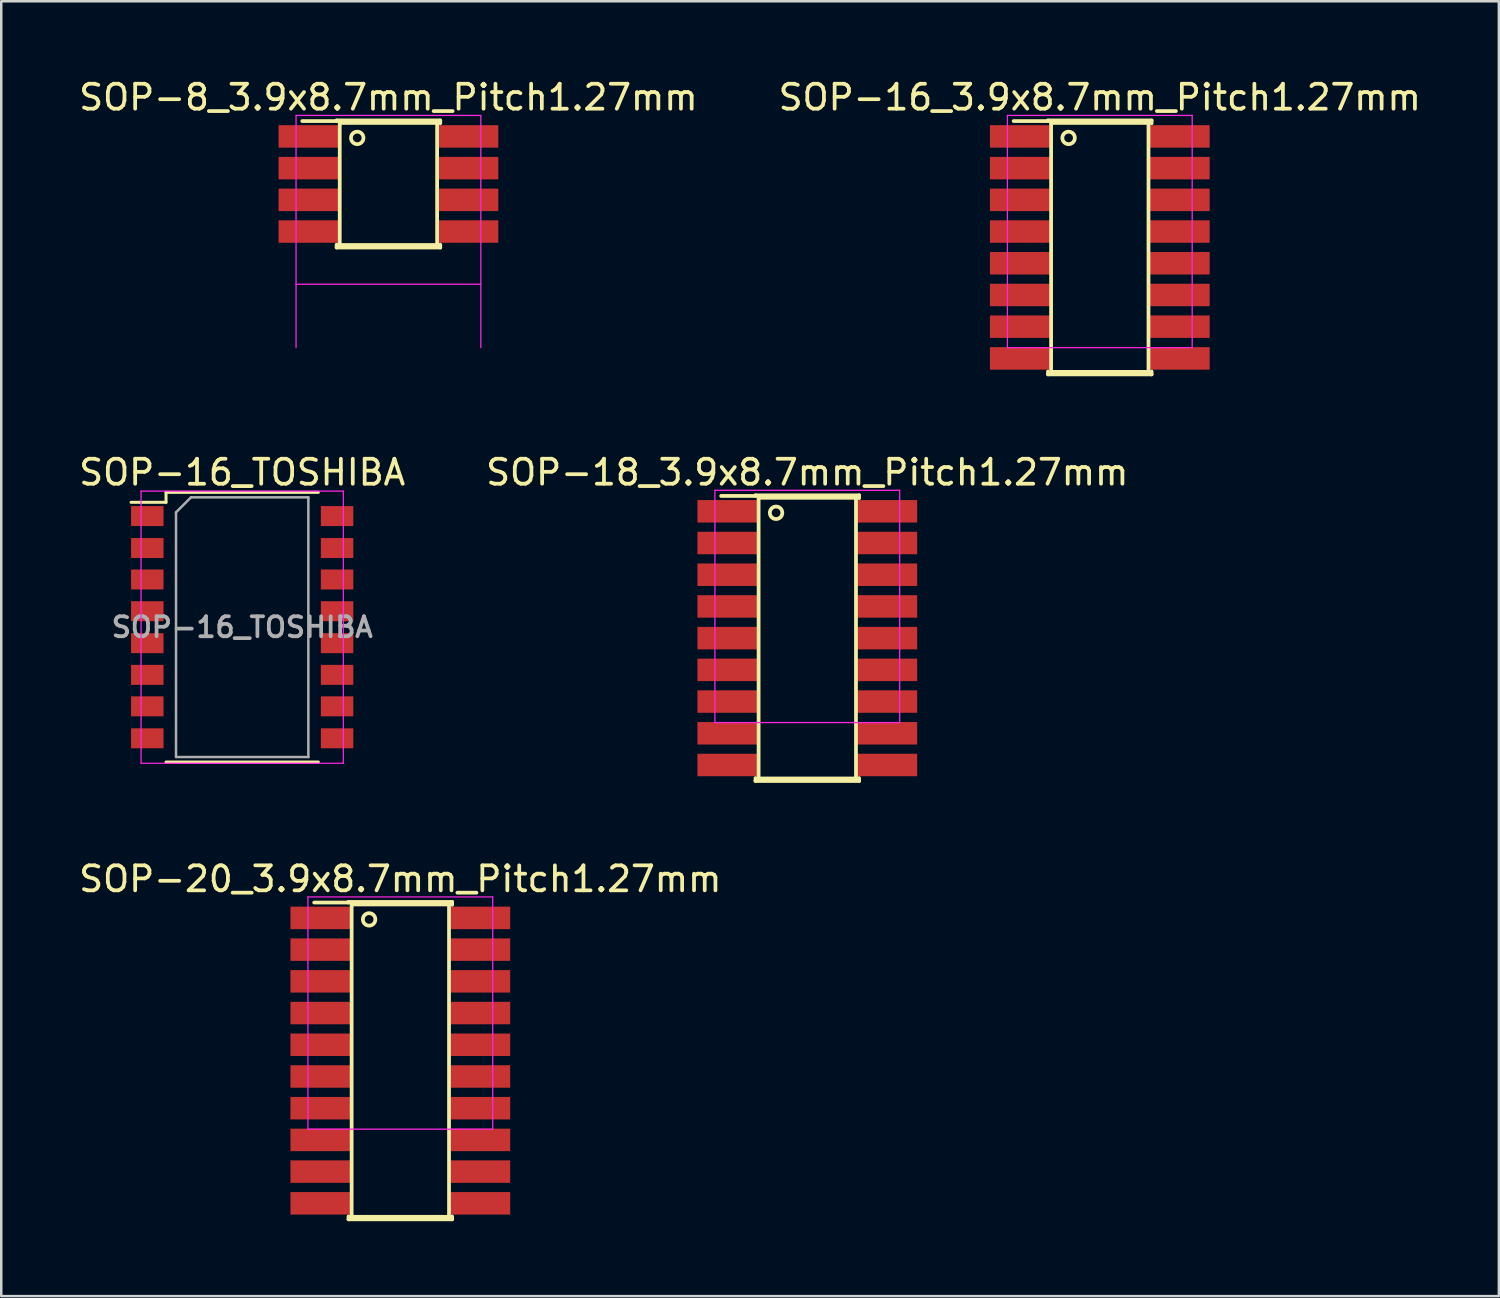
<source format=kicad_pcb>
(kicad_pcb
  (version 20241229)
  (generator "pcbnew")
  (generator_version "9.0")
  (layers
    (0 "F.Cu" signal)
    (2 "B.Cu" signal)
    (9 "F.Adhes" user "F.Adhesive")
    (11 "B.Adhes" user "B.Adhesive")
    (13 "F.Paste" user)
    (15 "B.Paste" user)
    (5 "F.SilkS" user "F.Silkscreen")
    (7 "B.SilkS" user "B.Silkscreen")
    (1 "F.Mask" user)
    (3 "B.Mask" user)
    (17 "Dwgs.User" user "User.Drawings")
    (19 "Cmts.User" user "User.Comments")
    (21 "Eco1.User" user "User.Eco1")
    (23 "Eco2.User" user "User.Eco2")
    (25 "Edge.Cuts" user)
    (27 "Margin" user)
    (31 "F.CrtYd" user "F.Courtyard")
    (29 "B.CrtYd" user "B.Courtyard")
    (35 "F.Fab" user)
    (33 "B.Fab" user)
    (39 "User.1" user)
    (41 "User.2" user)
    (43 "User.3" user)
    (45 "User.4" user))
  (footprint "SOP-20_3.9x8.7mm_Pitch1.27mm"
    (layer "F.Cu")
    (at 12.982 39.425)
    (property "Reference" "SOP-20_3.9x8.7mm_Pitch1.27mm" (at 0 -7.275 0) (layer "F.SilkS") (effects (font (size 1 1) (thickness 0.15))))
    (attr smd)
    (fp_line (start -2.075 -6.355) (end -2.075 -6.33) (stroke (width 0.15) (type solid)) (layer "F.SilkS"))
    (fp_line (start -2.075 -6.355) (end 2.075 -6.355) (stroke (width 0.15) (type solid)) (layer "F.SilkS"))
    (fp_line (start -2.075 -6.33) (end -3.45 -6.33) (stroke (width 0.15) (type solid)) (layer "F.SilkS"))
    (fp_line (start -2.075 6.355) (end -2.075 6.24) (stroke (width 0.15) (type solid)) (layer "F.SilkS"))
    (fp_line (start -2.075 6.355) (end 2.075 6.355) (stroke (width 0.15) (type solid)) (layer "F.SilkS"))
    (fp_line (start -1.95 6.255) (end 1.95 6.255) (stroke (width 0.15) (type solid)) (layer "F.SilkS"))
    (fp_line (start -1.95 6.26) (end -1.95 -6.255) (stroke (width 0.15) (type solid)) (layer "F.SilkS"))
    (fp_line (start 1.95 -6.255) (end -1.95 -6.255) (stroke (width 0.15) (type solid)) (layer "F.SilkS"))
    (fp_line (start 1.95 6.26) (end 1.95 -6.255) (stroke (width 0.15) (type solid)) (layer "F.SilkS"))
    (fp_line (start 2.075 -6.355) (end 2.075 -6.24) (stroke (width 0.15) (type solid)) (layer "F.SilkS"))
    (fp_line (start 2.075 6.355) (end 2.075 6.24) (stroke (width 0.15) (type solid)) (layer "F.SilkS"))
    (fp_circle (center -1.25 -5.655) (end -1.5 -5.655) (stroke (width 0.15) (type solid)) (fill no) (layer "F.SilkS"))
    (fp_line (start -3.7 -6.555) (end -3.7 2.745) (stroke (width 0.05) (type solid)) (layer "F.CrtYd"))
    (fp_line (start -3.7 -6.555) (end 3.7 -6.555) (stroke (width 0.05) (type solid)) (layer "F.CrtYd"))
    (fp_line (start -3.7 2.745) (end 3.7 2.745) (stroke (width 0.05) (type solid)) (layer "F.CrtYd"))
    (fp_line (start 3.7 -6.555) (end 3.7 2.745) (stroke (width 0.05) (type solid)) (layer "F.CrtYd"))
    (pad "1" smd rect (at -3.2 -5.715) (size 2.4 0.9) (layers "F.Cu" "F.Mask" "F.Paste"))
    (pad "2" smd rect (at -3.2 -4.445) (size 2.4 0.9) (layers "F.Cu" "F.Mask" "F.Paste"))
    (pad "3" smd rect (at -3.2 -3.175) (size 2.4 0.9) (layers "F.Cu" "F.Mask" "F.Paste"))
    (pad "4" smd rect (at -3.2 -1.905) (size 2.4 0.9) (layers "F.Cu" "F.Mask" "F.Paste"))
    (pad "5" smd rect (at -3.2 -0.635) (size 2.4 0.9) (layers "F.Cu" "F.Mask" "F.Paste"))
    (pad "6" smd rect (at -3.2 0.635) (size 2.4 0.9) (layers "F.Cu" "F.Mask" "F.Paste"))
    (pad "7" smd rect (at -3.2 1.905) (size 2.4 0.9) (layers "F.Cu" "F.Mask" "F.Paste"))
    (pad "8" smd rect (at -3.2 3.175) (size 2.4 0.9) (layers "F.Cu" "F.Mask" "F.Paste"))
    (pad "9" smd rect (at -3.2 4.445) (size 2.4 0.9) (layers "F.Cu" "F.Mask" "F.Paste"))
    (pad "10" smd rect (at -3.2 5.715) (size 2.4 0.9) (layers "F.Cu" "F.Mask" "F.Paste"))
    (pad "11" smd rect (at 3.2 5.715) (size 2.4 0.9) (layers "F.Cu" "F.Mask" "F.Paste"))
    (pad "12" smd rect (at 3.2 4.445) (size 2.4 0.9) (layers "F.Cu" "F.Mask" "F.Paste"))
    (pad "13" smd rect (at 3.2 3.175) (size 2.4 0.9) (layers "F.Cu" "F.Mask" "F.Paste"))
    (pad "14" smd rect (at 3.2 1.905) (size 2.4 0.9) (layers "F.Cu" "F.Mask" "F.Paste"))
    (pad "15" smd rect (at 3.2 0.635) (size 2.4 0.9) (layers "F.Cu" "F.Mask" "F.Paste"))
    (pad "16" smd rect (at 3.2 -0.635) (size 2.4 0.9) (layers "F.Cu" "F.Mask" "F.Paste"))
    (pad "17" smd rect (at 3.2 -1.905) (size 2.4 0.9) (layers "F.Cu" "F.Mask" "F.Paste"))
    (pad "18" smd rect (at 3.2 -3.175) (size 2.4 0.9) (layers "F.Cu" "F.Mask" "F.Paste"))
    (pad "19" smd rect (at 3.2 -4.445) (size 2.4 0.9) (layers "F.Cu" "F.Mask" "F.Paste"))
    (pad "20" smd rect (at 3.2 -5.715) (size 2.4 0.9) (layers "F.Cu" "F.Mask" "F.Paste")))
  (footprint "SOP-16_3.9x8.7mm_Pitch1.27mm"
    (layer "F.Cu")
    (at 40.994 6.868)
    (property "Reference" "SOP-16_3.9x8.7mm_Pitch1.27mm" (at 0 -6.02 0) (layer "F.SilkS") (effects (font (size 1 1) (thickness 0.15))))
    (attr smd)
    (fp_line (start -2.075 -5.095) (end -2.075 -5.07) (stroke (width 0.15) (type solid)) (layer "F.SilkS"))
    (fp_line (start -2.075 -5.095) (end 2.075 -5.095) (stroke (width 0.15) (type solid)) (layer "F.SilkS"))
    (fp_line (start -2.075 -5.07) (end -3.45 -5.07) (stroke (width 0.15) (type solid)) (layer "F.SilkS"))
    (fp_line (start -2.075 5.075) (end -2.075 4.96) (stroke (width 0.15) (type solid)) (layer "F.SilkS"))
    (fp_line (start -2.075 5.075) (end 2.075 5.075) (stroke (width 0.15) (type solid)) (layer "F.SilkS"))
    (fp_line (start -1.95 4.975) (end 1.95 4.975) (stroke (width 0.15) (type solid)) (layer "F.SilkS"))
    (fp_line (start -1.95 4.98) (end -1.95 -4.995) (stroke (width 0.15) (type solid)) (layer "F.SilkS"))
    (fp_line (start 1.95 -4.995) (end -1.95 -4.995) (stroke (width 0.15) (type solid)) (layer "F.SilkS"))
    (fp_line (start 1.95 4.98) (end 1.95 -4.995) (stroke (width 0.15) (type solid)) (layer "F.SilkS"))
    (fp_line (start 2.075 -5.095) (end 2.075 -4.98) (stroke (width 0.15) (type solid)) (layer "F.SilkS"))
    (fp_line (start 2.075 5.075) (end 2.075 4.96) (stroke (width 0.15) (type solid)) (layer "F.SilkS"))
    (fp_circle (center -1.25 -4.395) (end -1.5 -4.395) (stroke (width 0.15) (type solid)) (fill no) (layer "F.SilkS"))
    (fp_line (start -3.7 -5.295) (end -3.7 4.005) (stroke (width 0.05) (type solid)) (layer "F.CrtYd"))
    (fp_line (start -3.7 -5.295) (end 3.7 -5.295) (stroke (width 0.05) (type solid)) (layer "F.CrtYd"))
    (fp_line (start -3.7 4.005) (end 3.7 4.005) (stroke (width 0.05) (type solid)) (layer "F.CrtYd"))
    (fp_line (start 3.7 -5.295) (end 3.7 4.005) (stroke (width 0.05) (type solid)) (layer "F.CrtYd"))
    (pad "1" smd rect (at -3.2 -4.455) (size 2.4 0.9) (layers "F.Cu" "F.Mask" "F.Paste"))
    (pad "2" smd rect (at -3.2 -3.185) (size 2.4 0.9) (layers "F.Cu" "F.Mask" "F.Paste"))
    (pad "3" smd rect (at -3.2 -1.915) (size 2.4 0.9) (layers "F.Cu" "F.Mask" "F.Paste"))
    (pad "4" smd rect (at -3.2 -0.645) (size 2.4 0.9) (layers "F.Cu" "F.Mask" "F.Paste"))
    (pad "5" smd rect (at -3.2 0.625) (size 2.4 0.9) (layers "F.Cu" "F.Mask" "F.Paste"))
    (pad "6" smd rect (at -3.2 1.895) (size 2.4 0.9) (layers "F.Cu" "F.Mask" "F.Paste"))
    (pad "7" smd rect (at -3.2 3.165) (size 2.4 0.9) (layers "F.Cu" "F.Mask" "F.Paste"))
    (pad "8" smd rect (at -3.2 4.435) (size 2.4 0.9) (layers "F.Cu" "F.Mask" "F.Paste"))
    (pad "9" smd rect (at 3.2 4.435) (size 2.4 0.9) (layers "F.Cu" "F.Mask" "F.Paste"))
    (pad "10" smd rect (at 3.2 3.165) (size 2.4 0.9) (layers "F.Cu" "F.Mask" "F.Paste"))
    (pad "11" smd rect (at 3.2 1.895) (size 2.4 0.9) (layers "F.Cu" "F.Mask" "F.Paste"))
    (pad "12" smd rect (at 3.2 0.625) (size 2.4 0.9) (layers "F.Cu" "F.Mask" "F.Paste"))
    (pad "13" smd rect (at 3.2 -0.645) (size 2.4 0.9) (layers "F.Cu" "F.Mask" "F.Paste"))
    (pad "14" smd rect (at 3.2 -1.915) (size 2.4 0.9) (layers "F.Cu" "F.Mask" "F.Paste"))
    (pad "15" smd rect (at 3.2 -3.185) (size 2.4 0.9) (layers "F.Cu" "F.Mask" "F.Paste"))
    (pad "16" smd rect (at 3.2 -4.455) (size 2.4 0.9) (layers "F.Cu" "F.Mask" "F.Paste")))
  (footprint "SOP-16_TOSHIBA"
    (layer "F.Cu")
    (at 6.649 22.067)
    (property "Reference" "SOP-16_TOSHIBA" (at 0 -6.2 0) (layer "F.SilkS") (effects (font (size 1 1) (thickness 0.15))))
    (attr smd)
    (fp_line (start -3.05 -5.4) (end -3.05 -5) (stroke (width 0.12) (type solid)) (layer "F.SilkS"))
    (fp_line (start -3.05 -5.4) (end 3.05 -5.4) (stroke (width 0.12) (type solid)) (layer "F.SilkS"))
    (fp_line (start -3.05 -5) (end -4.45 -5) (stroke (width 0.12) (type solid)) (layer "F.SilkS"))
    (fp_line (start -3.05 5.4) (end 3.05 5.4) (stroke (width 0.12) (type solid)) (layer "F.SilkS"))
    (fp_line (start -4.05 -5.45) (end -4.05 5.45) (stroke (width 0.05) (type solid)) (layer "F.CrtYd"))
    (fp_line (start -4.05 -5.45) (end 4.05 -5.45) (stroke (width 0.05) (type solid)) (layer "F.CrtYd"))
    (fp_line (start 4.05 5.45) (end -4.05 5.45) (stroke (width 0.05) (type solid)) (layer "F.CrtYd"))
    (fp_line (start 4.05 5.45) (end 4.05 -5.45) (stroke (width 0.05) (type solid)) (layer "F.CrtYd"))
    (fp_line (start -2.65 -4.6) (end -2.05 -5.2) (stroke (width 0.1) (type solid)) (layer "F.Fab"))
    (fp_line (start -2.65 5.2) (end -2.65 -4.6) (stroke (width 0.1) (type solid)) (layer "F.Fab"))
    (fp_line (start -2.05 -5.2) (end 2.65 -5.2) (stroke (width 0.1) (type solid)) (layer "F.Fab"))
    (fp_line (start 2.65 -5.2) (end 2.65 5.2) (stroke (width 0.1) (type solid)) (layer "F.Fab"))
    (fp_line (start 2.65 5.2) (end -2.65 5.2) (stroke (width 0.1) (type solid)) (layer "F.Fab"))
    (fp_text user "${REFERENCE}" (at 0 0 0) (layer "F.Fab") (effects (font (size 0.8 0.8) (thickness 0.15))))
    (pad "1" smd rect (at -3.8 -4.45) (size 1.3 0.8) (layers "F.Cu" "F.Mask" "F.Paste"))
    (pad "2" smd rect (at -3.8 -3.17) (size 1.3 0.8) (layers "F.Cu" "F.Mask" "F.Paste"))
    (pad "3" smd rect (at -3.8 -1.91) (size 1.3 0.8) (layers "F.Cu" "F.Mask" "F.Paste"))
    (pad "4" smd rect (at -3.8 -0.64) (size 1.3 0.8) (layers "F.Cu" "F.Mask" "F.Paste"))
    (pad "5" smd rect (at -3.8 0.64) (size 1.3 0.8) (layers "F.Cu" "F.Mask" "F.Paste"))
    (pad "6" smd rect (at -3.8 1.91) (size 1.3 0.8) (layers "F.Cu" "F.Mask" "F.Paste"))
    (pad "7" smd rect (at -3.8 3.17) (size 1.3 0.8) (layers "F.Cu" "F.Mask" "F.Paste"))
    (pad "8" smd rect (at -3.8 4.45) (size 1.3 0.8) (layers "F.Cu" "F.Mask" "F.Paste"))
    (pad "9" smd rect (at 3.8 4.45) (size 1.3 0.8) (layers "F.Cu" "F.Mask" "F.Paste"))
    (pad "10" smd rect (at 3.8 3.17) (size 1.3 0.8) (layers "F.Cu" "F.Mask" "F.Paste"))
    (pad "11" smd rect (at 3.8 1.91) (size 1.3 0.8) (layers "F.Cu" "F.Mask" "F.Paste"))
    (pad "12" smd rect (at 3.8 0.64) (size 1.3 0.8) (layers "F.Cu" "F.Mask" "F.Paste"))
    (pad "13" smd rect (at 3.8 -0.64) (size 1.3 0.8) (layers "F.Cu" "F.Mask" "F.Paste"))
    (pad "14" smd rect (at 3.8 -1.91) (size 1.3 0.8) (layers "F.Cu" "F.Mask" "F.Paste"))
    (pad "15" smd rect (at 3.8 -3.17) (size 1.3 0.8) (layers "F.Cu" "F.Mask" "F.Paste"))
    (pad "16" smd rect (at 3.8 -4.45) (size 1.3 0.8) (layers "F.Cu" "F.Mask" "F.Paste")))
  (footprint "SOP-18_3.9x8.7mm_Pitch1.27mm"
    (layer "F.Cu")
    (at 29.28 22.506)
    (property "Reference" "SOP-18_3.9x8.7mm_Pitch1.27mm" (at 0 -6.64 0) (layer "F.SilkS") (effects (font (size 1 1) (thickness 0.15))))
    (attr smd)
    (fp_line (start -2.075 -5.72) (end -2.075 -5.695) (stroke (width 0.15) (type solid)) (layer "F.SilkS"))
    (fp_line (start -2.075 -5.72) (end 2.075 -5.72) (stroke (width 0.15) (type solid)) (layer "F.SilkS"))
    (fp_line (start -2.075 -5.695) (end -3.45 -5.695) (stroke (width 0.15) (type solid)) (layer "F.SilkS"))
    (fp_line (start -2.075 5.72) (end -2.075 5.605) (stroke (width 0.15) (type solid)) (layer "F.SilkS"))
    (fp_line (start -2.075 5.72) (end 2.075 5.72) (stroke (width 0.15) (type solid)) (layer "F.SilkS"))
    (fp_line (start -1.95 5.62) (end 1.95 5.62) (stroke (width 0.15) (type solid)) (layer "F.SilkS"))
    (fp_line (start -1.95 5.625) (end -1.95 -5.62) (stroke (width 0.15) (type solid)) (layer "F.SilkS"))
    (fp_line (start 1.95 -5.62) (end -1.95 -5.62) (stroke (width 0.15) (type solid)) (layer "F.SilkS"))
    (fp_line (start 1.95 5.625) (end 1.95 -5.62) (stroke (width 0.15) (type solid)) (layer "F.SilkS"))
    (fp_line (start 2.075 -5.72) (end 2.075 -5.605) (stroke (width 0.15) (type solid)) (layer "F.SilkS"))
    (fp_line (start 2.075 5.72) (end 2.075 5.605) (stroke (width 0.15) (type solid)) (layer "F.SilkS"))
    (fp_circle (center -1.25 -5.02) (end -1.5 -5.02) (stroke (width 0.15) (type solid)) (fill no) (layer "F.SilkS"))
    (fp_line (start -3.7 -5.92) (end -3.7 3.38) (stroke (width 0.05) (type solid)) (layer "F.CrtYd"))
    (fp_line (start -3.7 -5.92) (end 3.7 -5.92) (stroke (width 0.05) (type solid)) (layer "F.CrtYd"))
    (fp_line (start -3.7 3.38) (end 3.7 3.38) (stroke (width 0.05) (type solid)) (layer "F.CrtYd"))
    (fp_line (start 3.7 -5.92) (end 3.7 3.38) (stroke (width 0.05) (type solid)) (layer "F.CrtYd"))
    (pad "1" smd rect (at -3.2 -5.08) (size 2.4 0.9) (layers "F.Cu" "F.Mask" "F.Paste"))
    (pad "2" smd rect (at -3.2 -3.81) (size 2.4 0.9) (layers "F.Cu" "F.Mask" "F.Paste"))
    (pad "3" smd rect (at -3.2 -2.54) (size 2.4 0.9) (layers "F.Cu" "F.Mask" "F.Paste"))
    (pad "4" smd rect (at -3.2 -1.27) (size 2.4 0.9) (layers "F.Cu" "F.Mask" "F.Paste"))
    (pad "5" smd rect (at -3.2 0) (size 2.4 0.9) (layers "F.Cu" "F.Mask" "F.Paste"))
    (pad "6" smd rect (at -3.2 1.27) (size 2.4 0.9) (layers "F.Cu" "F.Mask" "F.Paste"))
    (pad "7" smd rect (at -3.2 2.54) (size 2.4 0.9) (layers "F.Cu" "F.Mask" "F.Paste"))
    (pad "8" smd rect (at -3.2 3.81) (size 2.4 0.9) (layers "F.Cu" "F.Mask" "F.Paste"))
    (pad "9" smd rect (at -3.2 5.08) (size 2.4 0.9) (layers "F.Cu" "F.Mask" "F.Paste"))
    (pad "10" smd rect (at 3.2 5.08) (size 2.4 0.9) (layers "F.Cu" "F.Mask" "F.Paste"))
    (pad "11" smd rect (at 3.2 3.81) (size 2.4 0.9) (layers "F.Cu" "F.Mask" "F.Paste"))
    (pad "12" smd rect (at 3.2 2.54) (size 2.4 0.9) (layers "F.Cu" "F.Mask" "F.Paste"))
    (pad "13" smd rect (at 3.2 1.27) (size 2.4 0.9) (layers "F.Cu" "F.Mask" "F.Paste"))
    (pad "14" smd rect (at 3.2 0) (size 2.4 0.9) (layers "F.Cu" "F.Mask" "F.Paste"))
    (pad "15" smd rect (at 3.2 -1.27) (size 2.4 0.9) (layers "F.Cu" "F.Mask" "F.Paste"))
    (pad "16" smd rect (at 3.2 -2.54) (size 2.4 0.9) (layers "F.Cu" "F.Mask" "F.Paste"))
    (pad "17" smd rect (at 3.2 -3.81) (size 2.4 0.9) (layers "F.Cu" "F.Mask" "F.Paste"))
    (pad "18" smd rect (at 3.2 -5.08) (size 2.4 0.9) (layers "F.Cu" "F.Mask" "F.Paste")))
  (footprint "SOP-8_3.9x8.7mm_Pitch1.27mm"
    (layer "F.Cu")
    (at 12.506 4.328)
    (property "Reference" "SOP-8_3.9x8.7mm_Pitch1.27mm" (at 0 -3.48 0) (layer "F.SilkS") (effects (font (size 1 1) (thickness 0.15))))
    (attr smd)
    (fp_line (start -2.075 -2.555) (end -2.075 -2.53) (stroke (width 0.15) (type solid)) (layer "F.SilkS"))
    (fp_line (start -2.075 -2.555) (end 2.075 -2.555) (stroke (width 0.15) (type solid)) (layer "F.SilkS"))
    (fp_line (start -2.075 -2.53) (end -3.45 -2.53) (stroke (width 0.15) (type solid)) (layer "F.SilkS"))
    (fp_line (start -2.075 2.535) (end -2.075 2.42) (stroke (width 0.15) (type solid)) (layer "F.SilkS"))
    (fp_line (start -2.075 2.535) (end 2.075 2.535) (stroke (width 0.15) (type solid)) (layer "F.SilkS"))
    (fp_line (start -1.95 2.435) (end 1.95 2.435) (stroke (width 0.15) (type solid)) (layer "F.SilkS"))
    (fp_line (start -1.95 2.44) (end -1.95 -2.455) (stroke (width 0.15) (type solid)) (layer "F.SilkS"))
    (fp_line (start 1.95 -2.455) (end -1.95 -2.455) (stroke (width 0.15) (type solid)) (layer "F.SilkS"))
    (fp_line (start 1.95 2.44) (end 1.95 -2.455) (stroke (width 0.15) (type solid)) (layer "F.SilkS"))
    (fp_line (start 2.075 -2.555) (end 2.075 -2.44) (stroke (width 0.15) (type solid)) (layer "F.SilkS"))
    (fp_line (start 2.075 2.535) (end 2.075 2.42) (stroke (width 0.15) (type solid)) (layer "F.SilkS"))
    (fp_circle (center -1.25 -1.855) (end -1.5 -1.855) (stroke (width 0.15) (type solid)) (fill no) (layer "F.SilkS"))
    (fp_line (start -3.7 -2.755) (end -3.7 6.545) (stroke (width 0.05) (type solid)) (layer "F.CrtYd"))
    (fp_line (start -3.7 -2.755) (end 3.7 -2.755) (stroke (width 0.05) (type solid)) (layer "F.CrtYd"))
    (fp_line (start -3.7 4.005) (end 3.7 4.005) (stroke (width 0.05) (type solid)) (layer "F.CrtYd"))
    (fp_line (start 3.7 -2.755) (end 3.7 6.545) (stroke (width 0.05) (type solid)) (layer "F.CrtYd"))
    (pad "1" smd rect (at -3.2 -1.915) (size 2.4 0.9) (layers "F.Cu" "F.Mask" "F.Paste"))
    (pad "2" smd rect (at -3.2 -0.645) (size 2.4 0.9) (layers "F.Cu" "F.Mask" "F.Paste"))
    (pad "3" smd rect (at -3.2 0.625) (size 2.4 0.9) (layers "F.Cu" "F.Mask" "F.Paste"))
    (pad "4" smd rect (at -3.2 1.895) (size 2.4 0.9) (layers "F.Cu" "F.Mask" "F.Paste"))
    (pad "5" smd rect (at 3.2 1.895) (size 2.4 0.9) (layers "F.Cu" "F.Mask" "F.Paste"))
    (pad "6" smd rect (at 3.2 0.625) (size 2.4 0.9) (layers "F.Cu" "F.Mask" "F.Paste"))
    (pad "7" smd rect (at 3.2 -0.645) (size 2.4 0.9) (layers "F.Cu" "F.Mask" "F.Paste"))
    (pad "8" smd rect (at 3.2 -1.915) (size 2.4 0.9) (layers "F.Cu" "F.Mask" "F.Paste")))
  (gr_rect
    (start -3 -3)
    (end 56.976 48.855)
    (stroke (width 0.1) (type default))
    (fill no)
    (layer "Edge.Cuts")))
</source>
